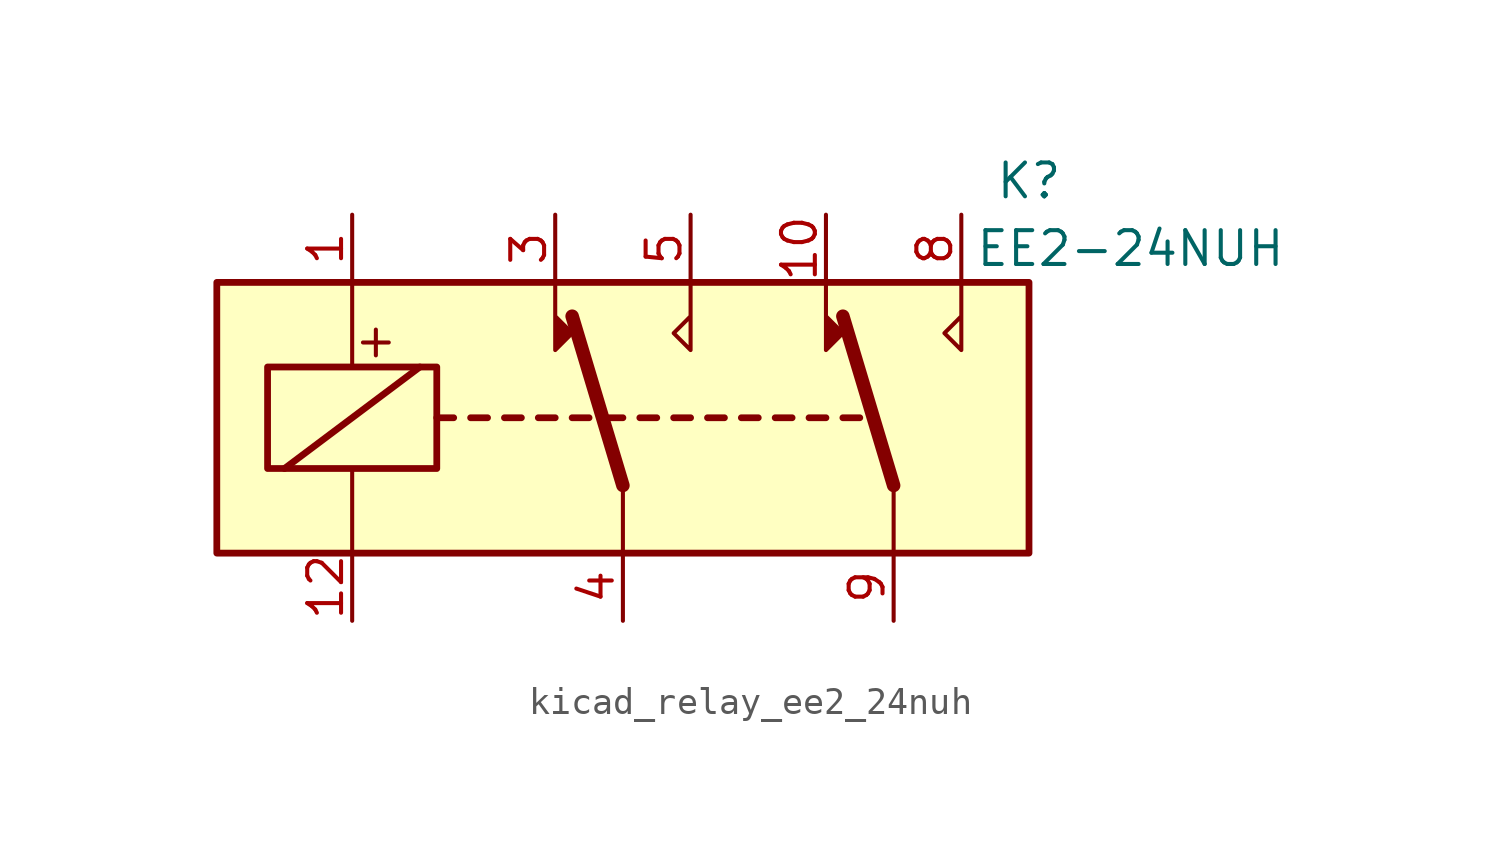
<source format=kicad_sym>
(kicad_symbol_lib
  (version 20220914)
  (generator kicad_symbol_editor)
  (symbol "kicad_relay_ee2_24nuh"
    (property "Reference" "K"
      (at 15.24 8.89 0)
      (effects (font (size 1.27 1.27))))
    (property "Value" "EE2-24NUH"
      (at 19.05 6.35 0)
      (effects (font (size 1.27 1.27))))
    (symbol "kicad_relay_ee2_24nuh_1_1"
      (rectangle (start -15.24 5.08) (end 15.24 -5.08) (stroke (width 0.254) (type default)) (fill (type background)))
      (rectangle (start -13.335 1.905) (end -6.985 -1.905) (stroke (width 0.254) (type default)) (fill (type none)))
      (polyline (pts (xy -12.7 -1.905) (xy -7.62 1.905)) (stroke (width 0.254) (type default)) (fill (type none)))
      (polyline (pts (xy -10.16 -5.08) (xy -10.16 -1.905)) (stroke (width 0) (type default)) (fill (type none)))
      (polyline (pts (xy -10.16 5.08) (xy -10.16 1.905)) (stroke (width 0) (type default)) (fill (type none)))
      (polyline (pts (xy -6.985 0) (xy -6.35 0)) (stroke (width 0.254) (type default)) (fill (type none)))
      (polyline (pts (xy -5.715 0) (xy -5.08 0)) (stroke (width 0.254) (type default)) (fill (type none)))
      (polyline (pts (xy -4.445 0) (xy -3.81 0)) (stroke (width 0.254) (type default)) (fill (type none)))
      (polyline (pts (xy -3.175 0) (xy -2.54 0)) (stroke (width 0.254) (type default)) (fill (type none)))
      (polyline (pts (xy -1.905 0) (xy -1.27 0)) (stroke (width 0.254) (type default)) (fill (type none)))
      (polyline (pts (xy -0.635 0) (xy 0 0)) (stroke (width 0.254) (type default)) (fill (type none)))
      (polyline (pts (xy 0 -2.54) (xy -1.905 3.81)) (stroke (width 0.508) (type default)) (fill (type none)))
      (polyline (pts (xy 0 -2.54) (xy 0 -5.08)) (stroke (width 0) (type default)) (fill (type none)))
      (polyline (pts (xy 0.635 0) (xy 1.27 0)) (stroke (width 0.254) (type default)) (fill (type none)))
      (polyline (pts (xy 1.905 0) (xy 2.54 0)) (stroke (width 0.254) (type default)) (fill (type none)))
      (polyline (pts (xy 3.175 0) (xy 3.81 0)) (stroke (width 0.254) (type default)) (fill (type none)))
      (polyline (pts (xy 4.445 0) (xy 5.08 0)) (stroke (width 0.254) (type default)) (fill (type none)))
      (polyline (pts (xy 5.715 0) (xy 6.35 0)) (stroke (width 0.254) (type default)) (fill (type none)))
      (polyline (pts (xy 6.985 0) (xy 7.62 0)) (stroke (width 0.254) (type default)) (fill (type none)))
      (polyline (pts (xy 8.255 0) (xy 8.89 0)) (stroke (width 0.254) (type default)) (fill (type none)))
      (polyline (pts (xy 10.16 -2.54) (xy 8.255 3.81)) (stroke (width 0.508) (type default)) (fill (type none)))
      (polyline (pts (xy 10.16 -2.54) (xy 10.16 -5.08)) (stroke (width 0) (type default)) (fill (type none)))
      (polyline (pts (xy -2.54 5.08) (xy -2.54 2.54) (xy -1.905 3.175) (xy -2.54 3.81)) (stroke (width 0) (type default)) (fill (type outline)))
      (polyline (pts (xy 2.54 5.08) (xy 2.54 2.54) (xy 1.905 3.175) (xy 2.54 3.81)) (stroke (width 0) (type default)) (fill (type none)))
      (polyline (pts (xy 7.62 5.08) (xy 7.62 2.54) (xy 8.255 3.175) (xy 7.62 3.81)) (stroke (width 0) (type default)) (fill (type outline)))
      (polyline (pts (xy 12.7 5.08) (xy 12.7 2.54) (xy 12.065 3.175) (xy 12.7 3.81)) (stroke (width 0) (type default)) (fill (type none)))
      (text "+" (at -9.271 2.921 0) (effects (font (size 1.27 1.27))))
      (pin passive line (at -10.16 7.62 270) (length 2.54) (name "~" (effects (font (size 1.27 1.27)))) (number "1" (effects (font (size 1.27 1.27)))))
      (pin passive line (at 7.62 7.62 270) (length 2.54) (name "~" (effects (font (size 1.27 1.27)))) (number "10" (effects (font (size 1.27 1.27)))))
      (pin passive line (at -10.16 -7.62 90) (length 2.54) (name "~" (effects (font (size 1.27 1.27)))) (number "12" (effects (font (size 1.27 1.27)))))
      (pin passive line (at -2.54 7.62 270) (length 2.54) (name "~" (effects (font (size 1.27 1.27)))) (number "3" (effects (font (size 1.27 1.27)))))
      (pin passive line (at 0 -7.62 90) (length 2.54) (name "~" (effects (font (size 1.27 1.27)))) (number "4" (effects (font (size 1.27 1.27)))))
      (pin passive line (at 2.54 7.62 270) (length 2.54) (name "~" (effects (font (size 1.27 1.27)))) (number "5" (effects (font (size 1.27 1.27)))))
      (pin passive line (at 12.7 7.62 270) (length 2.54) (name "~" (effects (font (size 1.27 1.27)))) (number "8" (effects (font (size 1.27 1.27)))))
      (pin passive line (at 10.16 -7.62 90) (length 2.54) (name "~" (effects (font (size 1.27 1.27)))) (number "9" (effects (font (size 1.27 1.27))))))))
</source>
